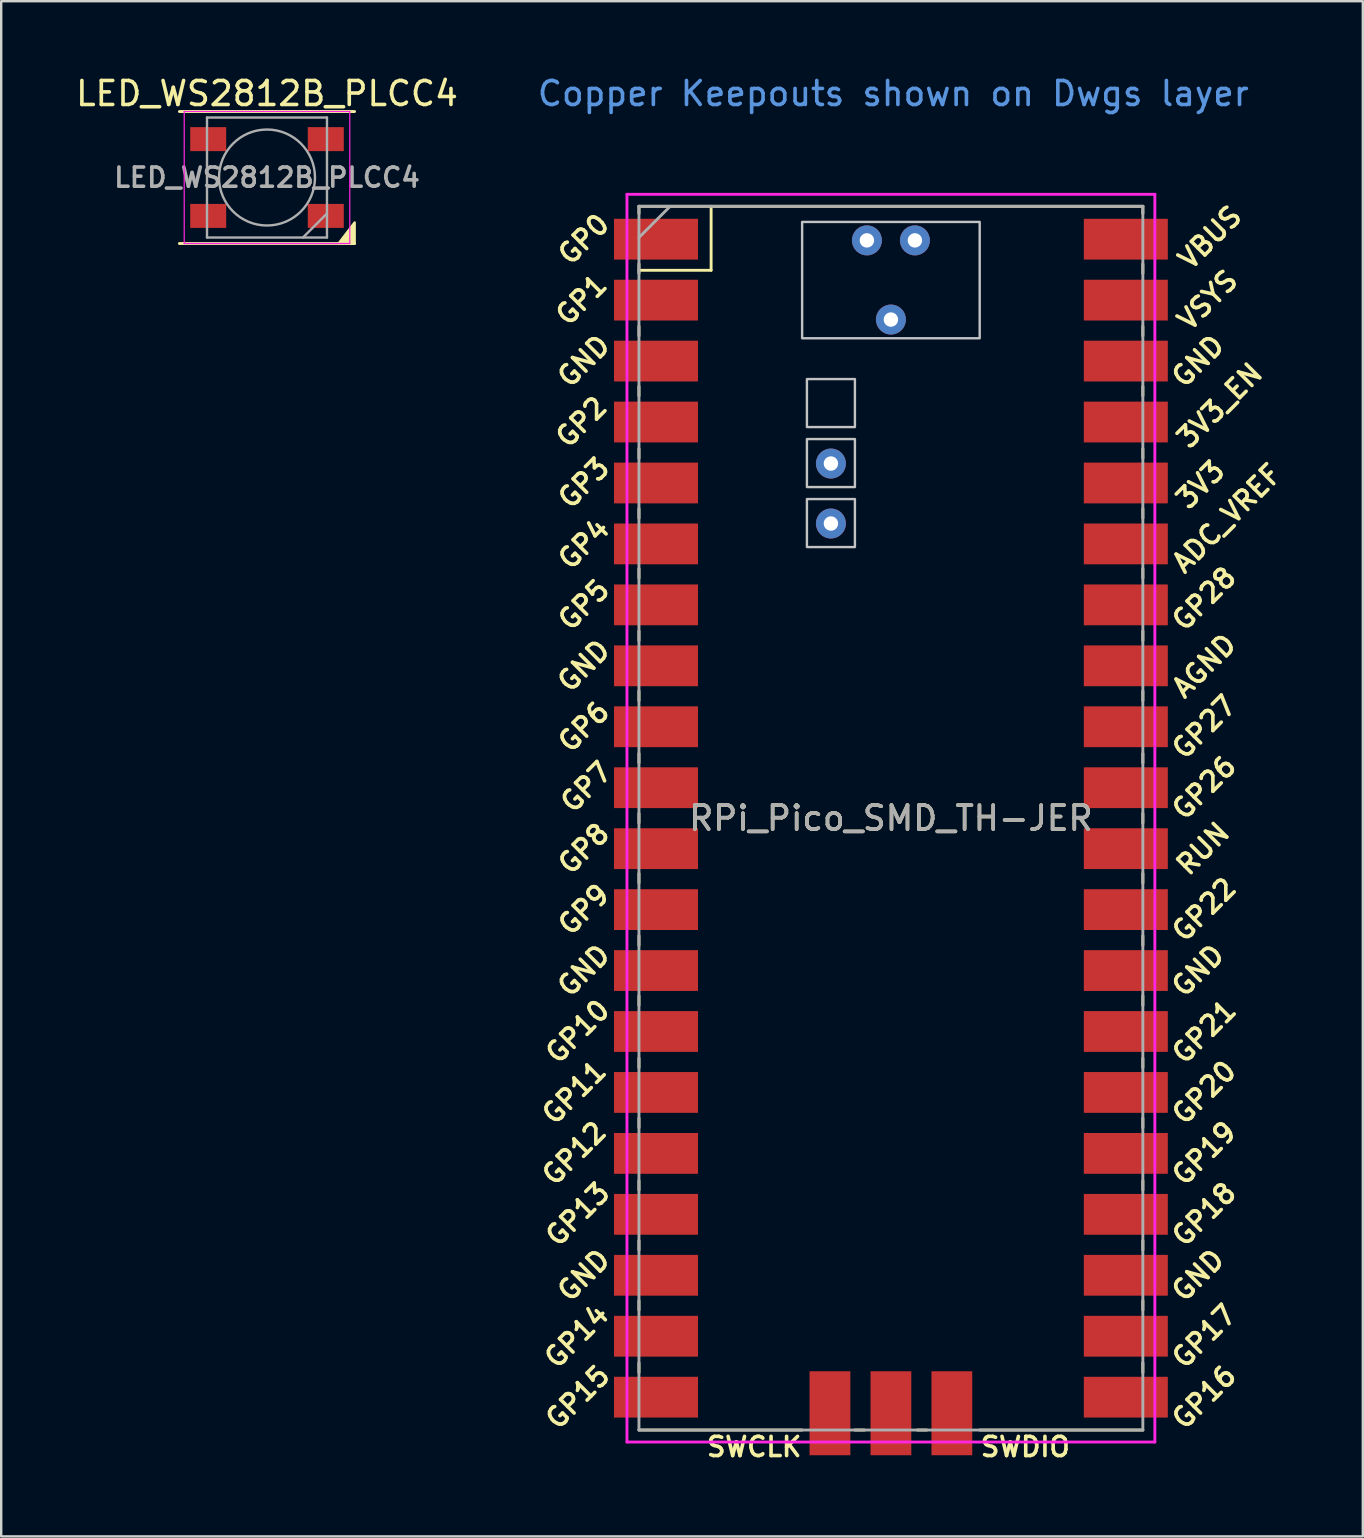
<source format=kicad_pcb>
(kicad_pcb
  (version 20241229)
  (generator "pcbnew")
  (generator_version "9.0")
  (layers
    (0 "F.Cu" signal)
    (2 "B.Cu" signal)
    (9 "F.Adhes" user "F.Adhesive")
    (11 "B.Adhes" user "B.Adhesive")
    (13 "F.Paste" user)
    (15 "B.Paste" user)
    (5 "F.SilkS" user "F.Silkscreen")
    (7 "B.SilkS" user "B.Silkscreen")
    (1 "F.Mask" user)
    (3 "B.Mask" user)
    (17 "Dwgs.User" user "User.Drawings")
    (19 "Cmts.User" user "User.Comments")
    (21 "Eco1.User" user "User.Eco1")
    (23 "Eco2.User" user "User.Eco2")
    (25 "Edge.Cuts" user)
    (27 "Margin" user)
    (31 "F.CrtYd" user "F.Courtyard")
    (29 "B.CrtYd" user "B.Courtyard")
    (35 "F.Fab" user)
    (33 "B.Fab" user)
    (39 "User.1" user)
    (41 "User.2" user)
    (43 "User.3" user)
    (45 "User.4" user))
  (footprint "LED_WS2812B_PLCC4"
    (layer "F.Cu")
    (at 8.077 4.348)
    (property "Reference" "LED_WS2812B_PLCC4" (at 0 -3.5 0) (layer "F.SilkS") (effects (font (size 1 1) (thickness 0.15))))
    (attr smd)
    (fp_line (start -3.65 -2.75) (end 3.65 -2.75) (stroke (width 0.12) (type solid)) (layer "F.SilkS"))
    (fp_line (start -3.65 2.75) (end 3.65 2.75) (stroke (width 0.12) (type solid)) (layer "F.SilkS"))
    (fp_poly (pts (xy 3.653 2.758) (xy 3 2.748) (xy 2.985 2.748) (xy 3.653 1.875)) (stroke (width 0.1) (type solid)) (fill yes) (layer "F.SilkS"))
    (fp_line (start -3.45 -2.75) (end -3.45 2.75) (stroke (width 0.05) (type solid)) (layer "F.CrtYd"))
    (fp_line (start -3.45 2.75) (end 3.45 2.75) (stroke (width 0.05) (type solid)) (layer "F.CrtYd"))
    (fp_line (start 3.45 -2.75) (end -3.45 -2.75) (stroke (width 0.05) (type solid)) (layer "F.CrtYd"))
    (fp_line (start 3.45 2.75) (end 3.45 -2.75) (stroke (width 0.05) (type solid)) (layer "F.CrtYd"))
    (fp_line (start -2.5 -2.5) (end -2.5 2.5) (stroke (width 0.1) (type solid)) (layer "F.Fab"))
    (fp_line (start -2.5 2.5) (end 2.5 2.5) (stroke (width 0.1) (type solid)) (layer "F.Fab"))
    (fp_line (start 2.5 -2.5) (end -2.5 -2.5) (stroke (width 0.1) (type solid)) (layer "F.Fab"))
    (fp_line (start 2.5 1.5) (end 1.5 2.5) (stroke (width 0.1) (type solid)) (layer "F.Fab"))
    (fp_line (start 2.5 2.5) (end 2.5 -2.5) (stroke (width 0.1) (type solid)) (layer "F.Fab"))
    (fp_circle (center 0 0) (end 0 -2) (stroke (width 0.1) (type solid)) (fill no) (layer "F.Fab"))
    (fp_text user "${REFERENCE}" (at 0 0 0) (layer "F.Fab") (effects (font (size 0.8 0.8) (thickness 0.15))))
    (pad "1" smd rect (at -2.45 -1.6) (size 1.5 1) (layers "F.Cu" "F.Mask" "F.Paste"))
    (pad "2" smd rect (at -2.45 1.6) (size 1.5 1) (layers "F.Cu" "F.Mask" "F.Paste"))
    (pad "3" smd rect (at 2.45 1.6) (size 1.5 1) (layers "F.Cu" "F.Mask" "F.Paste"))
    (pad "4" smd rect (at 2.45 -1.6) (size 1.5 1) (layers "F.Cu" "F.Mask" "F.Paste")))
  (footprint "RPi_Pico_SMD_TH-JER"
    (layer "F.Cu")
    (at 34.079 31.048)
    (property "Reference" "RPi_Pico_SMD_TH-JER" (at 0 0 0) (layer "F.SilkS") (effects (font (size 1 1) (thickness 0.15))))
    (attr through_hole)
    (fp_line (start -10.5 -25.5) (end -10.5 -25.2) (stroke (width 0.12) (type solid)) (layer "F.SilkS"))
    (fp_line (start -10.5 -25.5) (end 10.5 -25.5) (stroke (width 0.12) (type solid)) (layer "F.SilkS"))
    (fp_line (start -10.5 -23.1) (end -10.5 -22.7) (stroke (width 0.12) (type solid)) (layer "F.SilkS"))
    (fp_line (start -10.5 -22.833) (end -7.493 -22.833) (stroke (width 0.12) (type solid)) (layer "F.SilkS"))
    (fp_line (start -10.5 -20.5) (end -10.5 -20.1) (stroke (width 0.12) (type solid)) (layer "F.SilkS"))
    (fp_line (start -10.5 -18) (end -10.5 -17.6) (stroke (width 0.12) (type solid)) (layer "F.SilkS"))
    (fp_line (start -10.5 -15.4) (end -10.5 -15) (stroke (width 0.12) (type solid)) (layer "F.SilkS"))
    (fp_line (start -10.5 -12.9) (end -10.5 -12.5) (stroke (width 0.12) (type solid)) (layer "F.SilkS"))
    (fp_line (start -10.5 -10.4) (end -10.5 -10) (stroke (width 0.12) (type solid)) (layer "F.SilkS"))
    (fp_line (start -10.5 -7.8) (end -10.5 -7.4) (stroke (width 0.12) (type solid)) (layer "F.SilkS"))
    (fp_line (start -10.5 -5.3) (end -10.5 -4.9) (stroke (width 0.12) (type solid)) (layer "F.SilkS"))
    (fp_line (start -10.5 -2.7) (end -10.5 -2.3) (stroke (width 0.12) (type solid)) (layer "F.SilkS"))
    (fp_line (start -10.5 -0.2) (end -10.5 0.2) (stroke (width 0.12) (type solid)) (layer "F.SilkS"))
    (fp_line (start -10.5 2.3) (end -10.5 2.7) (stroke (width 0.12) (type solid)) (layer "F.SilkS"))
    (fp_line (start -10.5 4.9) (end -10.5 5.3) (stroke (width 0.12) (type solid)) (layer "F.SilkS"))
    (fp_line (start -10.5 7.4) (end -10.5 7.8) (stroke (width 0.12) (type solid)) (layer "F.SilkS"))
    (fp_line (start -10.5 10) (end -10.5 10.4) (stroke (width 0.12) (type solid)) (layer "F.SilkS"))
    (fp_line (start -10.5 12.5) (end -10.5 12.9) (stroke (width 0.12) (type solid)) (layer "F.SilkS"))
    (fp_line (start -10.5 15.1) (end -10.5 15.5) (stroke (width 0.12) (type solid)) (layer "F.SilkS"))
    (fp_line (start -10.5 17.6) (end -10.5 18) (stroke (width 0.12) (type solid)) (layer "F.SilkS"))
    (fp_line (start -10.5 20.1) (end -10.5 20.5) (stroke (width 0.12) (type solid)) (layer "F.SilkS"))
    (fp_line (start -10.5 22.7) (end -10.5 23.1) (stroke (width 0.12) (type solid)) (layer "F.SilkS"))
    (fp_line (start -7.493 -22.833) (end -7.493 -25.5) (stroke (width 0.12) (type solid)) (layer "F.SilkS"))
    (fp_line (start -3.7 25.5) (end -10.5 25.5) (stroke (width 0.12) (type solid)) (layer "F.SilkS"))
    (fp_line (start -1.5 25.5) (end -1.1 25.5) (stroke (width 0.12) (type solid)) (layer "F.SilkS"))
    (fp_line (start 1.1 25.5) (end 1.5 25.5) (stroke (width 0.12) (type solid)) (layer "F.SilkS"))
    (fp_line (start 10.5 -25.5) (end 10.5 -25.2) (stroke (width 0.12) (type solid)) (layer "F.SilkS"))
    (fp_line (start 10.5 -23.1) (end 10.5 -22.7) (stroke (width 0.12) (type solid)) (layer "F.SilkS"))
    (fp_line (start 10.5 -20.5) (end 10.5 -20.1) (stroke (width 0.12) (type solid)) (layer "F.SilkS"))
    (fp_line (start 10.5 -18) (end 10.5 -17.6) (stroke (width 0.12) (type solid)) (layer "F.SilkS"))
    (fp_line (start 10.5 -15.4) (end 10.5 -15) (stroke (width 0.12) (type solid)) (layer "F.SilkS"))
    (fp_line (start 10.5 -12.9) (end 10.5 -12.5) (stroke (width 0.12) (type solid)) (layer "F.SilkS"))
    (fp_line (start 10.5 -10.4) (end 10.5 -10) (stroke (width 0.12) (type solid)) (layer "F.SilkS"))
    (fp_line (start 10.5 -7.8) (end 10.5 -7.4) (stroke (width 0.12) (type solid)) (layer "F.SilkS"))
    (fp_line (start 10.5 -5.3) (end 10.5 -4.9) (stroke (width 0.12) (type solid)) (layer "F.SilkS"))
    (fp_line (start 10.5 -2.7) (end 10.5 -2.3) (stroke (width 0.12) (type solid)) (layer "F.SilkS"))
    (fp_line (start 10.5 -0.2) (end 10.5 0.2) (stroke (width 0.12) (type solid)) (layer "F.SilkS"))
    (fp_line (start 10.5 2.3) (end 10.5 2.7) (stroke (width 0.12) (type solid)) (layer "F.SilkS"))
    (fp_line (start 10.5 4.9) (end 10.5 5.3) (stroke (width 0.12) (type solid)) (layer "F.SilkS"))
    (fp_line (start 10.5 7.4) (end 10.5 7.8) (stroke (width 0.12) (type solid)) (layer "F.SilkS"))
    (fp_line (start 10.5 10) (end 10.5 10.4) (stroke (width 0.12) (type solid)) (layer "F.SilkS"))
    (fp_line (start 10.5 12.5) (end 10.5 12.9) (stroke (width 0.12) (type solid)) (layer "F.SilkS"))
    (fp_line (start 10.5 15.1) (end 10.5 15.5) (stroke (width 0.12) (type solid)) (layer "F.SilkS"))
    (fp_line (start 10.5 17.6) (end 10.5 18) (stroke (width 0.12) (type solid)) (layer "F.SilkS"))
    (fp_line (start 10.5 20.1) (end 10.5 20.5) (stroke (width 0.12) (type solid)) (layer "F.SilkS"))
    (fp_line (start 10.5 22.7) (end 10.5 23.1) (stroke (width 0.12) (type solid)) (layer "F.SilkS"))
    (fp_line (start 10.5 25.5) (end 3.7 25.5) (stroke (width 0.12) (type solid)) (layer "F.SilkS"))
    (fp_poly (pts (xy -1.5 -16.3) (xy -3.5 -16.3) (xy -3.5 -18.3) (xy -1.5 -18.3)) (stroke (width 0.1) (type solid)) (fill no) (layer "Dwgs.User"))
    (fp_poly (pts (xy -1.5 -13.8) (xy -3.5 -13.8) (xy -3.5 -15.8) (xy -1.5 -15.8)) (stroke (width 0.1) (type solid)) (fill no) (layer "Dwgs.User"))
    (fp_poly (pts (xy -1.5 -11.3) (xy -3.5 -11.3) (xy -3.5 -13.3) (xy -1.5 -13.3)) (stroke (width 0.1) (type solid)) (fill no) (layer "Dwgs.User"))
    (fp_poly (pts (xy 3.7 -20) (xy -3.7 -20) (xy -3.7 -24.85) (xy 3.7 -24.85)) (stroke (width 0.1) (type solid)) (fill no) (layer "Dwgs.User"))
    (fp_line (start -11 -26) (end 11 -26) (stroke (width 0.12) (type solid)) (layer "F.CrtYd"))
    (fp_line (start -11 26) (end -11 -26) (stroke (width 0.12) (type solid)) (layer "F.CrtYd"))
    (fp_line (start 11 -26) (end 11 26) (stroke (width 0.12) (type solid)) (layer "F.CrtYd"))
    (fp_line (start 11 26) (end -11 26) (stroke (width 0.12) (type solid)) (layer "F.CrtYd"))
    (fp_line (start -10.5 -25.5) (end 10.5 -25.5) (stroke (width 0.12) (type solid)) (layer "F.Fab"))
    (fp_line (start -10.5 -24.2) (end -9.2 -25.5) (stroke (width 0.12) (type solid)) (layer "F.Fab"))
    (fp_line (start -10.5 25.5) (end -10.5 -25.5) (stroke (width 0.12) (type solid)) (layer "F.Fab"))
    (fp_line (start 10.5 -25.5) (end 10.5 25.5) (stroke (width 0.12) (type solid)) (layer "F.Fab"))
    (fp_line (start 10.5 25.5) (end -10.5 25.5) (stroke (width 0.12) (type solid)) (layer "F.Fab"))
    (fp_text user "GP19" (at 13.054 13.97 45) (layer "F.SilkS") (effects (font (size 0.8 0.8) (thickness 0.15))))
    (fp_text user "GP10" (at -13.054 8.89 45) (layer "F.SilkS") (effects (font (size 0.8 0.8) (thickness 0.15))))
    (fp_text user "3V3_EN" (at 13.7 -17.2 45) (layer "F.SilkS") (effects (font (size 0.8 0.8) (thickness 0.15))))
    (fp_text user "GP26" (at 13.054 -1.27 45) (layer "F.SilkS") (effects (font (size 0.8 0.8) (thickness 0.15))))
    (fp_text user "GP28" (at 13.054 -9.144 45) (layer "F.SilkS") (effects (font (size 0.8 0.8) (thickness 0.15))))
    (fp_text user "VBUS" (at 13.3 -24.2 45) (layer "F.SilkS") (effects (font (size 0.8 0.8) (thickness 0.15))))
    (fp_text user "GP11" (at -13.2 11.43 45) (layer "F.SilkS") (effects (font (size 0.8 0.8) (thickness 0.15))))
    (fp_text user "GP4" (at -12.8 -11.43 45) (layer "F.SilkS") (effects (font (size 0.8 0.8) (thickness 0.15))))
    (fp_text user "GND" (at -12.8 -19.05 45) (layer "F.SilkS") (effects (font (size 0.8 0.8) (thickness 0.15))))
    (fp_text user "ADC_VREF" (at 14 -12.5 45) (layer "F.SilkS") (effects (font (size 0.8 0.8) (thickness 0.15))))
    (fp_text user "GP3" (at -12.8 -13.97 45) (layer "F.SilkS") (effects (font (size 0.8 0.8) (thickness 0.15))))
    (fp_text user "GP17" (at 13.054 21.59 45) (layer "F.SilkS") (effects (font (size 0.8 0.8) (thickness 0.15))))
    (fp_text user "AGND" (at 13.054 -6.35 45) (layer "F.SilkS") (effects (font (size 0.8 0.8) (thickness 0.15))))
    (fp_text user "GP6" (at -12.8 -3.81 45) (layer "F.SilkS") (effects (font (size 0.8 0.8) (thickness 0.15))))
    (fp_text user "GP22" (at 13.054 3.81 45) (layer "F.SilkS") (effects (font (size 0.8 0.8) (thickness 0.15))))
    (fp_text user "GP9" (at -12.8 3.81 45) (layer "F.SilkS") (effects (font (size 0.8 0.8) (thickness 0.15))))
    (fp_text user "3V3" (at 12.9 -13.9 45) (layer "F.SilkS") (effects (font (size 0.8 0.8) (thickness 0.15))))
    (fp_text user "GP2" (at -12.9 -16.51 45) (layer "F.SilkS") (effects (font (size 0.8 0.8) (thickness 0.15))))
    (fp_text user "GP1" (at -12.9 -21.6 45) (layer "F.SilkS") (effects (font (size 0.8 0.8) (thickness 0.15))))
    (fp_text user "GP13" (at -13.054 16.51 45) (layer "F.SilkS") (effects (font (size 0.8 0.8) (thickness 0.15))))
    (fp_text user "GP5" (at -12.8 -8.89 45) (layer "F.SilkS") (effects (font (size 0.8 0.8) (thickness 0.15))))
    (fp_text user "RUN" (at 13 1.27 45) (layer "F.SilkS") (effects (font (size 0.8 0.8) (thickness 0.15))))
    (fp_text user "GND" (at 12.8 19.05 45) (layer "F.SilkS") (effects (font (size 0.8 0.8) (thickness 0.15))))
    (fp_text user "GP12" (at -13.2 13.97 45) (layer "F.SilkS") (effects (font (size 0.8 0.8) (thickness 0.15))))
    (fp_text user "GND" (at 12.8 6.35 45) (layer "F.SilkS") (effects (font (size 0.8 0.8) (thickness 0.15))))
    (fp_text user "GND" (at -12.8 -6.35 45) (layer "F.SilkS") (effects (font (size 0.8 0.8) (thickness 0.15))))
    (fp_text user "SWCLK" (at -5.7 26.2 0) (layer "F.SilkS") (effects (font (size 0.8 0.8) (thickness 0.15))))
    (fp_text user "GP15" (at -13.054 24.13 45) (layer "F.SilkS") (effects (font (size 0.8 0.8) (thickness 0.15))))
    (fp_text user "GP20" (at 13.054 11.43 45) (layer "F.SilkS") (effects (font (size 0.8 0.8) (thickness 0.15))))
    (fp_text user "GP8" (at -12.8 1.27 45) (layer "F.SilkS") (effects (font (size 0.8 0.8) (thickness 0.15))))
    (fp_text user "GND" (at -12.8 6.35 45) (layer "F.SilkS") (effects (font (size 0.8 0.8) (thickness 0.15))))
    (fp_text user "GND" (at 12.8 -19.05 45) (layer "F.SilkS") (effects (font (size 0.8 0.8) (thickness 0.15))))
    (fp_text user "GP14" (at -13.1 21.59 45) (layer "F.SilkS") (effects (font (size 0.8 0.8) (thickness 0.15))))
    (fp_text user "VSYS" (at 13.2 -21.59 45) (layer "F.SilkS") (effects (font (size 0.8 0.8) (thickness 0.15))))
    (fp_text user "GP21" (at 13.054 8.9 45) (layer "F.SilkS") (effects (font (size 0.8 0.8) (thickness 0.15))))
    (fp_text user "GP27" (at 13.054 -3.8 45) (layer "F.SilkS") (effects (font (size 0.8 0.8) (thickness 0.15))))
    (fp_text user "GP0" (at -12.8 -24.13 45) (layer "F.SilkS") (effects (font (size 0.8 0.8) (thickness 0.15))))
    (fp_text user "SWDIO" (at 5.6 26.2 0) (layer "F.SilkS") (effects (font (size 0.8 0.8) (thickness 0.15))))
    (fp_text user "GP7" (at -12.7 -1.3 45) (layer "F.SilkS") (effects (font (size 0.8 0.8) (thickness 0.15))))
    (fp_text user "GND" (at -12.8 19.05 45) (layer "F.SilkS") (effects (font (size 0.8 0.8) (thickness 0.15))))
    (fp_text user "GP16" (at 13.054 24.13 45) (layer "F.SilkS") (effects (font (size 0.8 0.8) (thickness 0.15))))
    (fp_text user "GP18" (at 13.054 16.51 45) (layer "F.SilkS") (effects (font (size 0.8 0.8) (thickness 0.15))))
    (fp_text user "Copper Keepouts shown on Dwgs layer" (at 0.1 -30.2 0) (layer "Cmts.User") (effects (font (size 1 1) (thickness 0.15))))
    (fp_text user "${REFERENCE}" (at 0 0 180) (layer "F.Fab") (effects (font (size 1 1) (thickness 0.15))))
    (pad "1" smd rect (at -8.89 -24.13) (size 3.5 1.7) (drill (offset -0.9 0)) (layers "F.Cu" "F.Mask"))
    (pad "2" smd rect (at -8.89 -21.59) (size 3.5 1.7) (drill (offset -0.9 0)) (layers "F.Cu" "F.Mask"))
    (pad "3" smd rect (at -8.89 -19.05) (size 3.5 1.7) (drill (offset -0.9 0)) (layers "F.Cu" "F.Mask"))
    (pad "4" smd rect (at -8.89 -16.51) (size 3.5 1.7) (drill (offset -0.9 0)) (layers "F.Cu" "F.Mask"))
    (pad "5" smd rect (at -8.89 -13.97) (size 3.5 1.7) (drill (offset -0.9 0)) (layers "F.Cu" "F.Mask"))
    (pad "6" smd rect (at -8.89 -11.43) (size 3.5 1.7) (drill (offset -0.9 0)) (layers "F.Cu" "F.Mask"))
    (pad "7" smd rect (at -8.89 -8.89) (size 3.5 1.7) (drill (offset -0.9 0)) (layers "F.Cu" "F.Mask"))
    (pad "8" smd rect (at -8.89 -6.35) (size 3.5 1.7) (drill (offset -0.9 0)) (layers "F.Cu" "F.Mask"))
    (pad "9" smd rect (at -8.89 -3.81) (size 3.5 1.7) (drill (offset -0.9 0)) (layers "F.Cu" "F.Mask"))
    (pad "10" smd rect (at -8.89 -1.27) (size 3.5 1.7) (drill (offset -0.9 0)) (layers "F.Cu" "F.Mask"))
    (pad "11" smd rect (at -8.89 1.27) (size 3.5 1.7) (drill (offset -0.9 0)) (layers "F.Cu" "F.Mask"))
    (pad "12" smd rect (at -8.89 3.81) (size 3.5 1.7) (drill (offset -0.9 0)) (layers "F.Cu" "F.Mask"))
    (pad "13" smd rect (at -8.89 6.35) (size 3.5 1.7) (drill (offset -0.9 0)) (layers "F.Cu" "F.Mask"))
    (pad "14" smd rect (at -8.89 8.89) (size 3.5 1.7) (drill (offset -0.9 0)) (layers "F.Cu" "F.Mask"))
    (pad "15" smd rect (at -8.89 11.43) (size 3.5 1.7) (drill (offset -0.9 0)) (layers "F.Cu" "F.Mask"))
    (pad "16" smd rect (at -8.89 13.97) (size 3.5 1.7) (drill (offset -0.9 0)) (layers "F.Cu" "F.Mask"))
    (pad "17" smd rect (at -8.89 16.51) (size 3.5 1.7) (drill (offset -0.9 0)) (layers "F.Cu" "F.Mask"))
    (pad "18" smd rect (at -8.89 19.05) (size 3.5 1.7) (drill (offset -0.9 0)) (layers "F.Cu" "F.Mask"))
    (pad "19" smd rect (at -8.89 21.59) (size 3.5 1.7) (drill (offset -0.9 0)) (layers "F.Cu" "F.Mask"))
    (pad "20" smd rect (at -8.89 24.13) (size 3.5 1.7) (drill (offset -0.9 0)) (layers "F.Cu" "F.Mask"))
    (pad "21" smd rect (at 8.89 24.13) (size 3.5 1.7) (drill (offset 0.9 0)) (layers "F.Cu" "F.Mask"))
    (pad "22" smd rect (at 8.89 21.59) (size 3.5 1.7) (drill (offset 0.9 0)) (layers "F.Cu" "F.Mask"))
    (pad "23" smd rect (at 8.89 19.05) (size 3.5 1.7) (drill (offset 0.9 0)) (layers "F.Cu" "F.Mask"))
    (pad "24" smd rect (at 8.89 16.51) (size 3.5 1.7) (drill (offset 0.9 0)) (layers "F.Cu" "F.Mask"))
    (pad "25" smd rect (at 8.89 13.97) (size 3.5 1.7) (drill (offset 0.9 0)) (layers "F.Cu" "F.Mask"))
    (pad "26" smd rect (at 8.89 11.43) (size 3.5 1.7) (drill (offset 0.9 0)) (layers "F.Cu" "F.Mask"))
    (pad "27" smd rect (at 8.89 8.89) (size 3.5 1.7) (drill (offset 0.9 0)) (layers "F.Cu" "F.Mask"))
    (pad "28" smd rect (at 8.89 6.35) (size 3.5 1.7) (drill (offset 0.9 0)) (layers "F.Cu" "F.Mask"))
    (pad "29" smd rect (at 8.89 3.81) (size 3.5 1.7) (drill (offset 0.9 0)) (layers "F.Cu" "F.Mask"))
    (pad "30" smd rect (at 8.89 1.27) (size 3.5 1.7) (drill (offset 0.9 0)) (layers "F.Cu" "F.Mask"))
    (pad "31" smd rect (at 8.89 -1.27) (size 3.5 1.7) (drill (offset 0.9 0)) (layers "F.Cu" "F.Mask"))
    (pad "32" smd rect (at 8.89 -3.81) (size 3.5 1.7) (drill (offset 0.9 0)) (layers "F.Cu" "F.Mask"))
    (pad "33" smd rect (at 8.89 -6.35) (size 3.5 1.7) (drill (offset 0.9 0)) (layers "F.Cu" "F.Mask"))
    (pad "34" smd rect (at 8.89 -8.89) (size 3.5 1.7) (drill (offset 0.9 0)) (layers "F.Cu" "F.Mask"))
    (pad "35" smd rect (at 8.89 -11.43) (size 3.5 1.7) (drill (offset 0.9 0)) (layers "F.Cu" "F.Mask"))
    (pad "36" smd rect (at 8.89 -13.97) (size 3.5 1.7) (drill (offset 0.9 0)) (layers "F.Cu" "F.Mask"))
    (pad "37" smd rect (at 8.89 -16.51) (size 3.5 1.7) (drill (offset 0.9 0)) (layers "F.Cu" "F.Mask"))
    (pad "38" smd rect (at 8.89 -19.05) (size 3.5 1.7) (drill (offset 0.9 0)) (layers "F.Cu" "F.Mask"))
    (pad "39" smd rect (at 8.89 -21.59) (size 3.5 1.7) (drill (offset 0.9 0)) (layers "F.Cu" "F.Mask"))
    (pad "40" smd rect (at 8.89 -24.13) (size 3.5 1.7) (drill (offset 0.9 0)) (layers "F.Cu" "F.Mask"))
    (pad "41" smd rect (at -2.54 23.9 90) (size 3.5 1.7) (drill (offset -0.9 0)) (layers "F.Cu" "F.Mask"))
    (pad "42" smd rect (at 0 23.9 90) (size 3.5 1.7) (drill (offset -0.9 0)) (layers "F.Cu" "F.Mask"))
    (pad "43" smd rect (at 2.54 23.9 90) (size 3.5 1.7) (drill (offset -0.9 0)) (layers "F.Cu" "F.Mask"))
    (pad "44" thru_hole circle (at 0 -20.78) (size 1.25 1.25) (drill 0.6) (layers "*.Cu" "*.Mask"))
    (pad "45" thru_hole circle (at -1 -24.08) (size 1.25 1.25) (drill 0.6) (layers "*.Cu" "*.Mask"))
    (pad "46" thru_hole circle (at 1 -24.08) (size 1.25 1.25) (drill 0.6) (layers "*.Cu" "*.Mask"))
    (pad "47" thru_hole circle (at -2.5 -12.28) (size 1.25 1.25) (drill 0.6) (layers "*.Cu" "*.Mask"))
    (pad "48" thru_hole circle (at -2.5 -14.78) (size 1.25 1.25) (drill 0.6) (layers "*.Cu" "*.Mask")))
  (gr_rect
    (start -3 -3)
    (end 53.746 60.98)
    (stroke (width 0.1) (type default))
    (fill no)
    (layer "Edge.Cuts")))
</source>
